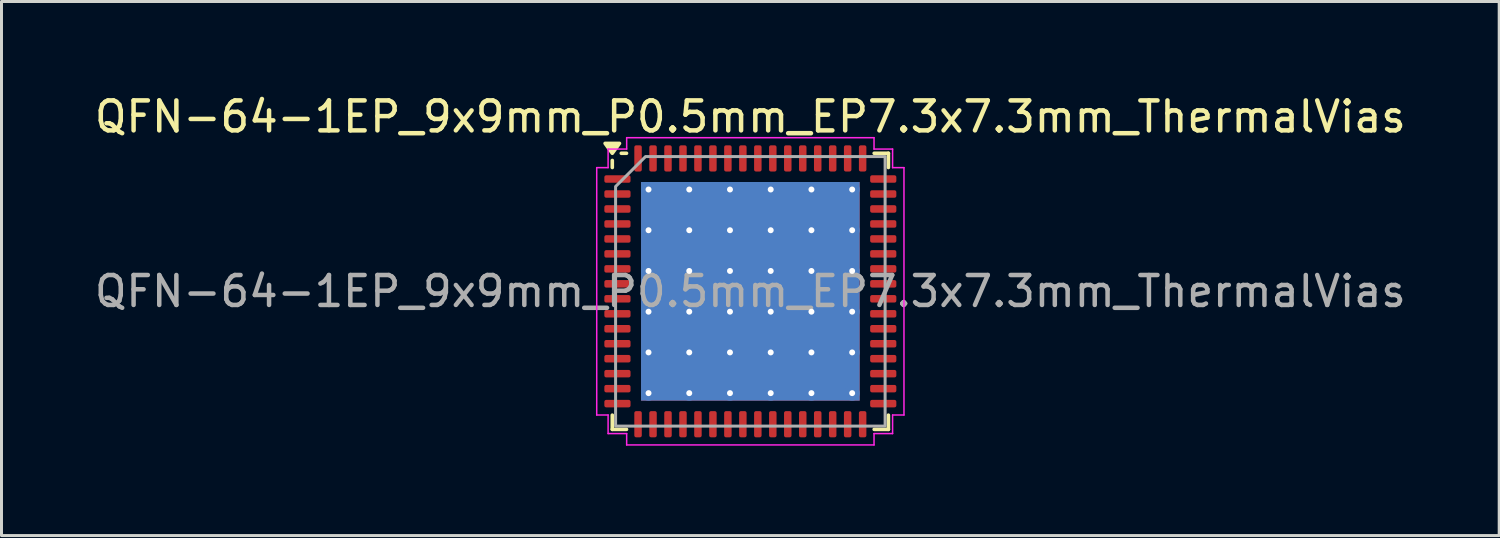
<source format=kicad_pcb>
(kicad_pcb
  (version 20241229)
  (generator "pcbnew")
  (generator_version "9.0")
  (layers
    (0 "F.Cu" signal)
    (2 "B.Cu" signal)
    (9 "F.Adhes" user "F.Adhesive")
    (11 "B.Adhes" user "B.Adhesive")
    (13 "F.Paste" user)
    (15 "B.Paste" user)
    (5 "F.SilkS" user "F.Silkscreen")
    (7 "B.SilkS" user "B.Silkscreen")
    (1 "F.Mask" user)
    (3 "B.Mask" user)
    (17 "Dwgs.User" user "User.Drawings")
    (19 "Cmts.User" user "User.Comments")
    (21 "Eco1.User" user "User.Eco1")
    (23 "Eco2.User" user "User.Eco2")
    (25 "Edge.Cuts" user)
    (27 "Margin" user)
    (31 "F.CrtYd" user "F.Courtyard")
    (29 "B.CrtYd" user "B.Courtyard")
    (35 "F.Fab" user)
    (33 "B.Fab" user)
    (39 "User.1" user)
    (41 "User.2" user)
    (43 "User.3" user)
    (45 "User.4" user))
  (footprint "QFN-64-1EP_9x9mm_P0.5mm_EP7.3x7.3mm_ThermalVias"
    (layer "F.Cu")
    (at 22.006 6.678)
    (property "Reference" "QFN-64-1EP_9x9mm_P0.5mm_EP7.3x7.3mm_ThermalVias" (at 0 -5.83 0) (layer "F.SilkS") (effects (font (size 1 1) (thickness 0.15))))
    (attr smd)
    (fp_line (start -4.61 -4.135) (end -4.61 -4.37) (stroke (width 0.12) (type solid)) (layer "F.SilkS"))
    (fp_line (start -4.61 4.61) (end -4.61 4.135) (stroke (width 0.12) (type solid)) (layer "F.SilkS"))
    (fp_line (start -4.135 -4.61) (end -4.31 -4.61) (stroke (width 0.12) (type solid)) (layer "F.SilkS"))
    (fp_line (start -4.135 4.61) (end -4.61 4.61) (stroke (width 0.12) (type solid)) (layer "F.SilkS"))
    (fp_line (start 4.135 -4.61) (end 4.61 -4.61) (stroke (width 0.12) (type solid)) (layer "F.SilkS"))
    (fp_line (start 4.135 4.61) (end 4.61 4.61) (stroke (width 0.12) (type solid)) (layer "F.SilkS"))
    (fp_line (start 4.61 -4.61) (end 4.61 -4.135) (stroke (width 0.12) (type solid)) (layer "F.SilkS"))
    (fp_line (start 4.61 4.61) (end 4.61 4.135) (stroke (width 0.12) (type solid)) (layer "F.SilkS"))
    (fp_poly (pts (xy -4.61 -4.61) (xy -4.85 -4.94) (xy -4.37 -4.94)) (stroke (width 0.12) (type solid)) (fill yes) (layer "F.SilkS"))
    (fp_line (start -5.13 -4.13) (end -4.75 -4.13) (stroke (width 0.05) (type solid)) (layer "F.CrtYd"))
    (fp_line (start -5.13 4.13) (end -5.13 -4.13) (stroke (width 0.05) (type solid)) (layer "F.CrtYd"))
    (fp_line (start -4.75 -4.75) (end -4.13 -4.75) (stroke (width 0.05) (type solid)) (layer "F.CrtYd"))
    (fp_line (start -4.75 -4.13) (end -4.75 -4.75) (stroke (width 0.05) (type solid)) (layer "F.CrtYd"))
    (fp_line (start -4.75 4.13) (end -5.13 4.13) (stroke (width 0.05) (type solid)) (layer "F.CrtYd"))
    (fp_line (start -4.75 4.75) (end -4.75 4.13) (stroke (width 0.05) (type solid)) (layer "F.CrtYd"))
    (fp_line (start -4.13 -5.13) (end 4.13 -5.13) (stroke (width 0.05) (type solid)) (layer "F.CrtYd"))
    (fp_line (start -4.13 -4.75) (end -4.13 -5.13) (stroke (width 0.05) (type solid)) (layer "F.CrtYd"))
    (fp_line (start -4.13 4.75) (end -4.75 4.75) (stroke (width 0.05) (type solid)) (layer "F.CrtYd"))
    (fp_line (start -4.13 5.13) (end -4.13 4.75) (stroke (width 0.05) (type solid)) (layer "F.CrtYd"))
    (fp_line (start 4.13 -5.13) (end 4.13 -4.75) (stroke (width 0.05) (type solid)) (layer "F.CrtYd"))
    (fp_line (start 4.13 -4.75) (end 4.75 -4.75) (stroke (width 0.05) (type solid)) (layer "F.CrtYd"))
    (fp_line (start 4.13 4.75) (end 4.13 5.13) (stroke (width 0.05) (type solid)) (layer "F.CrtYd"))
    (fp_line (start 4.13 5.13) (end -4.13 5.13) (stroke (width 0.05) (type solid)) (layer "F.CrtYd"))
    (fp_line (start 4.75 -4.75) (end 4.75 -4.13) (stroke (width 0.05) (type solid)) (layer "F.CrtYd"))
    (fp_line (start 4.75 -4.13) (end 5.13 -4.13) (stroke (width 0.05) (type solid)) (layer "F.CrtYd"))
    (fp_line (start 4.75 4.13) (end 4.75 4.75) (stroke (width 0.05) (type solid)) (layer "F.CrtYd"))
    (fp_line (start 4.75 4.75) (end 4.13 4.75) (stroke (width 0.05) (type solid)) (layer "F.CrtYd"))
    (fp_line (start 5.13 -4.13) (end 5.13 4.13) (stroke (width 0.05) (type solid)) (layer "F.CrtYd"))
    (fp_line (start 5.13 4.13) (end 4.75 4.13) (stroke (width 0.05) (type solid)) (layer "F.CrtYd"))
    (fp_poly (pts (xy -4.5 -3.5) (xy -4.5 4.5) (xy 4.5 4.5) (xy 4.5 -4.5) (xy -3.5 -4.5)) (stroke (width 0.1) (type solid)) (fill no) (layer "F.Fab"))
    (fp_text user "${REFERENCE}" (at 0 0 0) (layer "F.Fab") (effects (font (size 1 1) (thickness 0.15))))
    (pad "" smd roundrect (at -2.92 -2.92) (size 1.18 1.18) (layers "F.Paste") (roundrect_rratio 0.212))
    (pad "" smd roundrect (at -2.92 -1.46) (size 1.18 1.18) (layers "F.Paste") (roundrect_rratio 0.212))
    (pad "" smd roundrect (at -2.92 0) (size 1.18 1.18) (layers "F.Paste") (roundrect_rratio 0.212))
    (pad "" smd roundrect (at -2.92 1.46) (size 1.18 1.18) (layers "F.Paste") (roundrect_rratio 0.212))
    (pad "" smd roundrect (at -2.92 2.92) (size 1.18 1.18) (layers "F.Paste") (roundrect_rratio 0.212))
    (pad "" smd roundrect (at -1.46 -2.92) (size 1.18 1.18) (layers "F.Paste") (roundrect_rratio 0.212))
    (pad "" smd roundrect (at -1.46 -1.46) (size 1.18 1.18) (layers "F.Paste") (roundrect_rratio 0.212))
    (pad "" smd roundrect (at -1.46 0) (size 1.18 1.18) (layers "F.Paste") (roundrect_rratio 0.212))
    (pad "" smd roundrect (at -1.46 1.46) (size 1.18 1.18) (layers "F.Paste") (roundrect_rratio 0.212))
    (pad "" smd roundrect (at -1.46 2.92) (size 1.18 1.18) (layers "F.Paste") (roundrect_rratio 0.212))
    (pad "" smd roundrect (at 0 -2.92) (size 1.18 1.18) (layers "F.Paste") (roundrect_rratio 0.212))
    (pad "" smd roundrect (at 0 -1.46) (size 1.18 1.18) (layers "F.Paste") (roundrect_rratio 0.212))
    (pad "" smd roundrect (at 0 0) (size 1.18 1.18) (layers "F.Paste") (roundrect_rratio 0.212))
    (pad "" smd roundrect (at 0 1.46) (size 1.18 1.18) (layers "F.Paste") (roundrect_rratio 0.212))
    (pad "" smd roundrect (at 0 2.92) (size 1.18 1.18) (layers "F.Paste") (roundrect_rratio 0.212))
    (pad "" smd roundrect (at 1.46 -2.92) (size 1.18 1.18) (layers "F.Paste") (roundrect_rratio 0.212))
    (pad "" smd roundrect (at 1.46 -1.46) (size 1.18 1.18) (layers "F.Paste") (roundrect_rratio 0.212))
    (pad "" smd roundrect (at 1.46 0) (size 1.18 1.18) (layers "F.Paste") (roundrect_rratio 0.212))
    (pad "" smd roundrect (at 1.46 1.46) (size 1.18 1.18) (layers "F.Paste") (roundrect_rratio 0.212))
    (pad "" smd roundrect (at 1.46 2.92) (size 1.18 1.18) (layers "F.Paste") (roundrect_rratio 0.212))
    (pad "" smd roundrect (at 2.92 -2.92) (size 1.18 1.18) (layers "F.Paste") (roundrect_rratio 0.212))
    (pad "" smd roundrect (at 2.92 -1.46) (size 1.18 1.18) (layers "F.Paste") (roundrect_rratio 0.212))
    (pad "" smd roundrect (at 2.92 0) (size 1.18 1.18) (layers "F.Paste") (roundrect_rratio 0.212))
    (pad "" smd roundrect (at 2.92 1.46) (size 1.18 1.18) (layers "F.Paste") (roundrect_rratio 0.212))
    (pad "" smd roundrect (at 2.92 2.92) (size 1.18 1.18) (layers "F.Paste") (roundrect_rratio 0.212))
    (pad "1" smd roundrect (at -4.438 -3.75) (size 0.875 0.25) (layers "F.Cu" "F.Mask" "F.Paste") (roundrect_rratio 0.25))
    (pad "2" smd roundrect (at -4.438 -3.25) (size 0.875 0.25) (layers "F.Cu" "F.Mask" "F.Paste") (roundrect_rratio 0.25))
    (pad "3" smd roundrect (at -4.438 -2.75) (size 0.875 0.25) (layers "F.Cu" "F.Mask" "F.Paste") (roundrect_rratio 0.25))
    (pad "4" smd roundrect (at -4.438 -2.25) (size 0.875 0.25) (layers "F.Cu" "F.Mask" "F.Paste") (roundrect_rratio 0.25))
    (pad "5" smd roundrect (at -4.438 -1.75) (size 0.875 0.25) (layers "F.Cu" "F.Mask" "F.Paste") (roundrect_rratio 0.25))
    (pad "6" smd roundrect (at -4.438 -1.25) (size 0.875 0.25) (layers "F.Cu" "F.Mask" "F.Paste") (roundrect_rratio 0.25))
    (pad "7" smd roundrect (at -4.438 -0.75) (size 0.875 0.25) (layers "F.Cu" "F.Mask" "F.Paste") (roundrect_rratio 0.25))
    (pad "8" smd roundrect (at -4.438 -0.25) (size 0.875 0.25) (layers "F.Cu" "F.Mask" "F.Paste") (roundrect_rratio 0.25))
    (pad "9" smd roundrect (at -4.438 0.25) (size 0.875 0.25) (layers "F.Cu" "F.Mask" "F.Paste") (roundrect_rratio 0.25))
    (pad "10" smd roundrect (at -4.438 0.75) (size 0.875 0.25) (layers "F.Cu" "F.Mask" "F.Paste") (roundrect_rratio 0.25))
    (pad "11" smd roundrect (at -4.438 1.25) (size 0.875 0.25) (layers "F.Cu" "F.Mask" "F.Paste") (roundrect_rratio 0.25))
    (pad "12" smd roundrect (at -4.438 1.75) (size 0.875 0.25) (layers "F.Cu" "F.Mask" "F.Paste") (roundrect_rratio 0.25))
    (pad "13" smd roundrect (at -4.438 2.25) (size 0.875 0.25) (layers "F.Cu" "F.Mask" "F.Paste") (roundrect_rratio 0.25))
    (pad "14" smd roundrect (at -4.438 2.75) (size 0.875 0.25) (layers "F.Cu" "F.Mask" "F.Paste") (roundrect_rratio 0.25))
    (pad "15" smd roundrect (at -4.438 3.25) (size 0.875 0.25) (layers "F.Cu" "F.Mask" "F.Paste") (roundrect_rratio 0.25))
    (pad "16" smd roundrect (at -4.438 3.75) (size 0.875 0.25) (layers "F.Cu" "F.Mask" "F.Paste") (roundrect_rratio 0.25))
    (pad "17" smd roundrect (at -3.75 4.438) (size 0.25 0.875) (layers "F.Cu" "F.Mask" "F.Paste") (roundrect_rratio 0.25))
    (pad "18" smd roundrect (at -3.25 4.438) (size 0.25 0.875) (layers "F.Cu" "F.Mask" "F.Paste") (roundrect_rratio 0.25))
    (pad "19" smd roundrect (at -2.75 4.438) (size 0.25 0.875) (layers "F.Cu" "F.Mask" "F.Paste") (roundrect_rratio 0.25))
    (pad "20" smd roundrect (at -2.25 4.438) (size 0.25 0.875) (layers "F.Cu" "F.Mask" "F.Paste") (roundrect_rratio 0.25))
    (pad "21" smd roundrect (at -1.75 4.438) (size 0.25 0.875) (layers "F.Cu" "F.Mask" "F.Paste") (roundrect_rratio 0.25))
    (pad "22" smd roundrect (at -1.25 4.438) (size 0.25 0.875) (layers "F.Cu" "F.Mask" "F.Paste") (roundrect_rratio 0.25))
    (pad "23" smd roundrect (at -0.75 4.438) (size 0.25 0.875) (layers "F.Cu" "F.Mask" "F.Paste") (roundrect_rratio 0.25))
    (pad "24" smd roundrect (at -0.25 4.438) (size 0.25 0.875) (layers "F.Cu" "F.Mask" "F.Paste") (roundrect_rratio 0.25))
    (pad "25" smd roundrect (at 0.25 4.438) (size 0.25 0.875) (layers "F.Cu" "F.Mask" "F.Paste") (roundrect_rratio 0.25))
    (pad "26" smd roundrect (at 0.75 4.438) (size 0.25 0.875) (layers "F.Cu" "F.Mask" "F.Paste") (roundrect_rratio 0.25))
    (pad "27" smd roundrect (at 1.25 4.438) (size 0.25 0.875) (layers "F.Cu" "F.Mask" "F.Paste") (roundrect_rratio 0.25))
    (pad "28" smd roundrect (at 1.75 4.438) (size 0.25 0.875) (layers "F.Cu" "F.Mask" "F.Paste") (roundrect_rratio 0.25))
    (pad "29" smd roundrect (at 2.25 4.438) (size 0.25 0.875) (layers "F.Cu" "F.Mask" "F.Paste") (roundrect_rratio 0.25))
    (pad "30" smd roundrect (at 2.75 4.438) (size 0.25 0.875) (layers "F.Cu" "F.Mask" "F.Paste") (roundrect_rratio 0.25))
    (pad "31" smd roundrect (at 3.25 4.438) (size 0.25 0.875) (layers "F.Cu" "F.Mask" "F.Paste") (roundrect_rratio 0.25))
    (pad "32" smd roundrect (at 3.75 4.438) (size 0.25 0.875) (layers "F.Cu" "F.Mask" "F.Paste") (roundrect_rratio 0.25))
    (pad "33" smd roundrect (at 4.438 3.75) (size 0.875 0.25) (layers "F.Cu" "F.Mask" "F.Paste") (roundrect_rratio 0.25))
    (pad "34" smd roundrect (at 4.438 3.25) (size 0.875 0.25) (layers "F.Cu" "F.Mask" "F.Paste") (roundrect_rratio 0.25))
    (pad "35" smd roundrect (at 4.438 2.75) (size 0.875 0.25) (layers "F.Cu" "F.Mask" "F.Paste") (roundrect_rratio 0.25))
    (pad "36" smd roundrect (at 4.438 2.25) (size 0.875 0.25) (layers "F.Cu" "F.Mask" "F.Paste") (roundrect_rratio 0.25))
    (pad "37" smd roundrect (at 4.438 1.75) (size 0.875 0.25) (layers "F.Cu" "F.Mask" "F.Paste") (roundrect_rratio 0.25))
    (pad "38" smd roundrect (at 4.438 1.25) (size 0.875 0.25) (layers "F.Cu" "F.Mask" "F.Paste") (roundrect_rratio 0.25))
    (pad "39" smd roundrect (at 4.438 0.75) (size 0.875 0.25) (layers "F.Cu" "F.Mask" "F.Paste") (roundrect_rratio 0.25))
    (pad "40" smd roundrect (at 4.438 0.25) (size 0.875 0.25) (layers "F.Cu" "F.Mask" "F.Paste") (roundrect_rratio 0.25))
    (pad "41" smd roundrect (at 4.438 -0.25) (size 0.875 0.25) (layers "F.Cu" "F.Mask" "F.Paste") (roundrect_rratio 0.25))
    (pad "42" smd roundrect (at 4.438 -0.75) (size 0.875 0.25) (layers "F.Cu" "F.Mask" "F.Paste") (roundrect_rratio 0.25))
    (pad "43" smd roundrect (at 4.438 -1.25) (size 0.875 0.25) (layers "F.Cu" "F.Mask" "F.Paste") (roundrect_rratio 0.25))
    (pad "44" smd roundrect (at 4.438 -1.75) (size 0.875 0.25) (layers "F.Cu" "F.Mask" "F.Paste") (roundrect_rratio 0.25))
    (pad "45" smd roundrect (at 4.438 -2.25) (size 0.875 0.25) (layers "F.Cu" "F.Mask" "F.Paste") (roundrect_rratio 0.25))
    (pad "46" smd roundrect (at 4.438 -2.75) (size 0.875 0.25) (layers "F.Cu" "F.Mask" "F.Paste") (roundrect_rratio 0.25))
    (pad "47" smd roundrect (at 4.438 -3.25) (size 0.875 0.25) (layers "F.Cu" "F.Mask" "F.Paste") (roundrect_rratio 0.25))
    (pad "48" smd roundrect (at 4.438 -3.75) (size 0.875 0.25) (layers "F.Cu" "F.Mask" "F.Paste") (roundrect_rratio 0.25))
    (pad "49" smd roundrect (at 3.75 -4.438) (size 0.25 0.875) (layers "F.Cu" "F.Mask" "F.Paste") (roundrect_rratio 0.25))
    (pad "50" smd roundrect (at 3.25 -4.438) (size 0.25 0.875) (layers "F.Cu" "F.Mask" "F.Paste") (roundrect_rratio 0.25))
    (pad "51" smd roundrect (at 2.75 -4.438) (size 0.25 0.875) (layers "F.Cu" "F.Mask" "F.Paste") (roundrect_rratio 0.25))
    (pad "52" smd roundrect (at 2.25 -4.438) (size 0.25 0.875) (layers "F.Cu" "F.Mask" "F.Paste") (roundrect_rratio 0.25))
    (pad "53" smd roundrect (at 1.75 -4.438) (size 0.25 0.875) (layers "F.Cu" "F.Mask" "F.Paste") (roundrect_rratio 0.25))
    (pad "54" smd roundrect (at 1.25 -4.438) (size 0.25 0.875) (layers "F.Cu" "F.Mask" "F.Paste") (roundrect_rratio 0.25))
    (pad "55" smd roundrect (at 0.75 -4.438) (size 0.25 0.875) (layers "F.Cu" "F.Mask" "F.Paste") (roundrect_rratio 0.25))
    (pad "56" smd roundrect (at 0.25 -4.438) (size 0.25 0.875) (layers "F.Cu" "F.Mask" "F.Paste") (roundrect_rratio 0.25))
    (pad "57" smd roundrect (at -0.25 -4.438) (size 0.25 0.875) (layers "F.Cu" "F.Mask" "F.Paste") (roundrect_rratio 0.25))
    (pad "58" smd roundrect (at -0.75 -4.438) (size 0.25 0.875) (layers "F.Cu" "F.Mask" "F.Paste") (roundrect_rratio 0.25))
    (pad "59" smd roundrect (at -1.25 -4.438) (size 0.25 0.875) (layers "F.Cu" "F.Mask" "F.Paste") (roundrect_rratio 0.25))
    (pad "60" smd roundrect (at -1.75 -4.438) (size 0.25 0.875) (layers "F.Cu" "F.Mask" "F.Paste") (roundrect_rratio 0.25))
    (pad "61" smd roundrect (at -2.25 -4.438) (size 0.25 0.875) (layers "F.Cu" "F.Mask" "F.Paste") (roundrect_rratio 0.25))
    (pad "62" smd roundrect (at -2.75 -4.438) (size 0.25 0.875) (layers "F.Cu" "F.Mask" "F.Paste") (roundrect_rratio 0.25))
    (pad "63" smd roundrect (at -3.25 -4.438) (size 0.25 0.875) (layers "F.Cu" "F.Mask" "F.Paste") (roundrect_rratio 0.25))
    (pad "64" smd roundrect (at -3.75 -4.438) (size 0.25 0.875) (layers "F.Cu" "F.Mask" "F.Paste") (roundrect_rratio 0.25))
    (pad "65" thru_hole circle (at -3.4 -3.4) (size 0.5 0.5) (drill 0.2) (property pad_prop_heatsink) (layers "*.Cu"))
    (pad "65" thru_hole circle (at -3.4 -2.04) (size 0.5 0.5) (drill 0.2) (property pad_prop_heatsink) (layers "*.Cu"))
    (pad "65" thru_hole circle (at -3.4 -0.68) (size 0.5 0.5) (drill 0.2) (property pad_prop_heatsink) (layers "*.Cu"))
    (pad "65" thru_hole circle (at -3.4 0.68) (size 0.5 0.5) (drill 0.2) (property pad_prop_heatsink) (layers "*.Cu"))
    (pad "65" thru_hole circle (at -3.4 2.04) (size 0.5 0.5) (drill 0.2) (property pad_prop_heatsink) (layers "*.Cu"))
    (pad "65" thru_hole circle (at -3.4 3.4) (size 0.5 0.5) (drill 0.2) (property pad_prop_heatsink) (layers "*.Cu"))
    (pad "65" thru_hole circle (at -2.04 -3.4) (size 0.5 0.5) (drill 0.2) (property pad_prop_heatsink) (layers "*.Cu"))
    (pad "65" thru_hole circle (at -2.04 -2.04) (size 0.5 0.5) (drill 0.2) (property pad_prop_heatsink) (layers "*.Cu"))
    (pad "65" thru_hole circle (at -2.04 -0.68) (size 0.5 0.5) (drill 0.2) (property pad_prop_heatsink) (layers "*.Cu"))
    (pad "65" thru_hole circle (at -2.04 0.68) (size 0.5 0.5) (drill 0.2) (property pad_prop_heatsink) (layers "*.Cu"))
    (pad "65" thru_hole circle (at -2.04 2.04) (size 0.5 0.5) (drill 0.2) (property pad_prop_heatsink) (layers "*.Cu"))
    (pad "65" thru_hole circle (at -2.04 3.4) (size 0.5 0.5) (drill 0.2) (property pad_prop_heatsink) (layers "*.Cu"))
    (pad "65" thru_hole circle (at -0.68 -3.4) (size 0.5 0.5) (drill 0.2) (property pad_prop_heatsink) (layers "*.Cu"))
    (pad "65" thru_hole circle (at -0.68 -2.04) (size 0.5 0.5) (drill 0.2) (property pad_prop_heatsink) (layers "*.Cu"))
    (pad "65" thru_hole circle (at -0.68 -0.68) (size 0.5 0.5) (drill 0.2) (property pad_prop_heatsink) (layers "*.Cu"))
    (pad "65" thru_hole circle (at -0.68 0.68) (size 0.5 0.5) (drill 0.2) (property pad_prop_heatsink) (layers "*.Cu"))
    (pad "65" thru_hole circle (at -0.68 2.04) (size 0.5 0.5) (drill 0.2) (property pad_prop_heatsink) (layers "*.Cu"))
    (pad "65" thru_hole circle (at -0.68 3.4) (size 0.5 0.5) (drill 0.2) (property pad_prop_heatsink) (layers "*.Cu"))
    (pad "65" smd rect (at 0 0) (size 7.3 7.3) (property pad_prop_heatsink) (layers "F.Cu" "F.Mask"))
    (pad "65" smd rect (at 0 0) (size 7.3 7.3) (property pad_prop_heatsink) (layers "B.Cu"))
    (pad "65" thru_hole circle (at 0.68 -3.4) (size 0.5 0.5) (drill 0.2) (property pad_prop_heatsink) (layers "*.Cu"))
    (pad "65" thru_hole circle (at 0.68 -2.04) (size 0.5 0.5) (drill 0.2) (property pad_prop_heatsink) (layers "*.Cu"))
    (pad "65" thru_hole circle (at 0.68 -0.68) (size 0.5 0.5) (drill 0.2) (property pad_prop_heatsink) (layers "*.Cu"))
    (pad "65" thru_hole circle (at 0.68 0.68) (size 0.5 0.5) (drill 0.2) (property pad_prop_heatsink) (layers "*.Cu"))
    (pad "65" thru_hole circle (at 0.68 2.04) (size 0.5 0.5) (drill 0.2) (property pad_prop_heatsink) (layers "*.Cu"))
    (pad "65" thru_hole circle (at 0.68 3.4) (size 0.5 0.5) (drill 0.2) (property pad_prop_heatsink) (layers "*.Cu"))
    (pad "65" thru_hole circle (at 2.04 -3.4) (size 0.5 0.5) (drill 0.2) (property pad_prop_heatsink) (layers "*.Cu"))
    (pad "65" thru_hole circle (at 2.04 -2.04) (size 0.5 0.5) (drill 0.2) (property pad_prop_heatsink) (layers "*.Cu"))
    (pad "65" thru_hole circle (at 2.04 -0.68) (size 0.5 0.5) (drill 0.2) (property pad_prop_heatsink) (layers "*.Cu"))
    (pad "65" thru_hole circle (at 2.04 0.68) (size 0.5 0.5) (drill 0.2) (property pad_prop_heatsink) (layers "*.Cu"))
    (pad "65" thru_hole circle (at 2.04 2.04) (size 0.5 0.5) (drill 0.2) (property pad_prop_heatsink) (layers "*.Cu"))
    (pad "65" thru_hole circle (at 2.04 3.4) (size 0.5 0.5) (drill 0.2) (property pad_prop_heatsink) (layers "*.Cu"))
    (pad "65" thru_hole circle (at 3.4 -3.4) (size 0.5 0.5) (drill 0.2) (property pad_prop_heatsink) (layers "*.Cu"))
    (pad "65" thru_hole circle (at 3.4 -2.04) (size 0.5 0.5) (drill 0.2) (property pad_prop_heatsink) (layers "*.Cu"))
    (pad "65" thru_hole circle (at 3.4 -0.68) (size 0.5 0.5) (drill 0.2) (property pad_prop_heatsink) (layers "*.Cu"))
    (pad "65" thru_hole circle (at 3.4 0.68) (size 0.5 0.5) (drill 0.2) (property pad_prop_heatsink) (layers "*.Cu"))
    (pad "65" thru_hole circle (at 3.4 2.04) (size 0.5 0.5) (drill 0.2) (property pad_prop_heatsink) (layers "*.Cu"))
    (pad "65" thru_hole circle (at 3.4 3.4) (size 0.5 0.5) (drill 0.2) (property pad_prop_heatsink) (layers "*.Cu")))
  (gr_rect
    (start -3 -3)
    (end 47.012 14.833)
    (stroke (width 0.1) (type default))
    (fill no)
    (layer "Edge.Cuts")))
</source>
